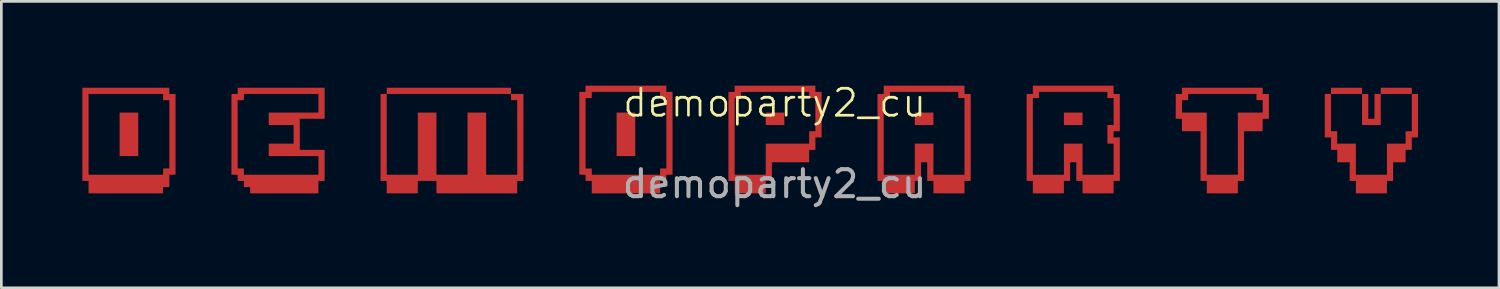
<source format=kicad_pcb>
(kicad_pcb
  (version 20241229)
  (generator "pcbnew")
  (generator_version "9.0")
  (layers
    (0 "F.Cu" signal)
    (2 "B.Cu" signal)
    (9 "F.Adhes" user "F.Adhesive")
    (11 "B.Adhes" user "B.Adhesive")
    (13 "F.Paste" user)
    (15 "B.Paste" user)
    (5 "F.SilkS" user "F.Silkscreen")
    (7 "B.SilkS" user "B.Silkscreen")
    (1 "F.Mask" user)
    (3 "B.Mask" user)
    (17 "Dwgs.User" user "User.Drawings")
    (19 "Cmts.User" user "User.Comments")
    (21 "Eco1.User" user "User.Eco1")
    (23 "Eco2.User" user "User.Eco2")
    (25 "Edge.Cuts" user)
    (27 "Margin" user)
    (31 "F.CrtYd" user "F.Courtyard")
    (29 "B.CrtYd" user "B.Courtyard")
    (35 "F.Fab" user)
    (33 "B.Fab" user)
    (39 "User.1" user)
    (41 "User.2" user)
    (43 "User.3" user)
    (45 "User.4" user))
  (footprint "demoparty2_cu"
    (layer "F.Cu")
    (at 25.636 1.26)
    (property "Reference" "demoparty2_cu" (at 0 -0.5 0) (unlocked yes) (layer "F.SilkS") (effects (font (size 1 1) (thickness 0.1))))
    (attr smd)
    (fp_poly (pts (xy -23.566 0.664) (xy -23.566 1.47) (xy -23.911 1.47) (xy -24.256 1.47) (xy -24.256 0.664) (xy -24.256 -0.141) (xy -23.911 -0.141) (xy -23.566 -0.141)) (stroke (width 0) (type solid)) (fill yes) (layer "F.Cu"))
    (fp_poly (pts (xy -5.161 0.664) (xy -5.161 1.47) (xy -5.506 1.47) (xy -5.851 1.47) (xy -5.851 0.664) (xy -5.851 -0.141) (xy -5.506 -0.141) (xy -5.161 -0.141)) (stroke (width 0) (type solid)) (fill yes) (layer "F.Cu"))
    (fp_poly (pts (xy 0.36 0.089) (xy 0.36 0.32) (xy 0.016 0.32) (xy -0.329 0.32) (xy -0.329 0.089) (xy -0.329 -0.141) (xy 0.016 -0.141) (xy 0.36 -0.141)) (stroke (width 0) (type solid)) (fill yes) (layer "F.Cu"))
    (fp_poly (pts (xy 5.882 0.089) (xy 5.882 0.32) (xy 5.537 0.32) (xy 5.192 0.32) (xy 5.192 0.089) (xy 5.192 -0.141) (xy 5.537 -0.141) (xy 5.882 -0.141)) (stroke (width 0) (type solid)) (fill yes) (layer "F.Cu"))
    (fp_poly (pts (xy 11.404 0.089) (xy 11.404 0.32) (xy 11.058 0.32) (xy 10.713 0.32) (xy 10.713 0.089) (xy 10.713 -0.141) (xy 11.058 -0.141) (xy 11.404 -0.141)) (stroke (width 0) (type solid)) (fill yes) (layer "F.Cu"))
    (fp_poly (pts (xy 23.597 -0.946) (xy 23.597 -0.831) (xy 23.022 -0.831) (xy 22.447 -0.831) (xy 22.447 -0.256) (xy 22.447 0.32) (xy 22.101 0.32) (xy 21.756 0.32) (xy 21.756 -0.256) (xy 21.756 -0.831) (xy 21.871 -0.831) (xy 21.986 -0.831) (xy 21.986 -0.371) (xy 21.986 0.089) (xy 22.101 0.089) (xy 22.216 0.089) (xy 22.216 -0.371) (xy 22.216 -0.831) (xy 22.331 -0.831) (xy 22.447 -0.831) (xy 22.447 -0.946) (xy 22.447 -1.061) (xy 23.022 -1.061) (xy 23.597 -1.061)) (stroke (width 0) (type solid)) (fill yes) (layer "F.Cu"))
    (fp_poly (pts (xy -22.415 -0.946) (xy -22.415 -0.831) (xy -22.3 -0.831) (xy -22.185 -0.831) (xy -22.185 0.664) (xy -22.185 2.16) (xy -22.3 2.16) (xy -22.415 2.16) (xy -22.415 2.39) (xy -22.415 2.62) (xy -22.531 2.62) (xy -22.646 2.62) (xy -22.646 2.735) (xy -22.646 2.85) (xy -24.026 2.85) (xy -25.406 2.85) (xy -25.406 2.62) (xy -25.406 2.39) (xy -25.521 2.39) (xy -25.636 2.39) (xy -25.636 0.664) (xy -25.636 -0.831) (xy -25.406 -0.831) (xy -25.406 0.664) (xy -25.406 2.16) (xy -24.026 2.16) (xy -22.646 2.16) (xy -22.646 2.044) (xy -22.646 1.929) (xy -22.531 1.929) (xy -22.415 1.929) (xy -22.415 0.664) (xy -22.415 -0.601) (xy -22.531 -0.601) (xy -22.646 -0.601) (xy -22.646 -0.716) (xy -22.646 -0.831) (xy -24.026 -0.831) (xy -25.406 -0.831) (xy -25.636 -0.831) (xy -25.636 -1.061) (xy -24.026 -1.061) (xy -22.415 -1.061)) (stroke (width 0) (type solid)) (fill yes) (layer "F.Cu"))
    (fp_poly (pts (xy -4.01 -1.023) (xy -4.01 -0.907) (xy -3.895 -0.907) (xy -3.78 -0.907) (xy -3.78 0.626) (xy -3.78 2.16) (xy -3.895 2.16) (xy -4.01 2.16) (xy -4.01 2.275) (xy -4.01 2.39) (xy -4.125 2.39) (xy -4.241 2.39) (xy -4.241 2.62) (xy -4.241 2.85) (xy -5.506 2.85) (xy -6.771 2.85) (xy -6.771 2.62) (xy -6.771 2.39) (xy -6.886 2.39) (xy -7.002 2.39) (xy -7.002 2.275) (xy -7.002 2.16) (xy -7.117 2.16) (xy -7.232 2.16) (xy -7.232 1.929) (xy -7.002 1.929) (xy -6.886 1.929) (xy -6.771 1.929) (xy -6.771 2.044) (xy -6.771 2.16) (xy -5.506 2.16) (xy -4.241 2.16) (xy -4.241 2.044) (xy -4.241 1.929) (xy -4.125 1.929) (xy -4.01 1.929) (xy -4.01 0.626) (xy -4.01 -0.678) (xy -4.125 -0.678) (xy -4.241 -0.678) (xy -4.241 -0.793) (xy -4.241 -0.907) (xy -5.506 -0.907) (xy -6.771 -0.907) (xy -6.771 -0.793) (xy -6.771 -0.678) (xy -6.886 -0.678) (xy -7.002 -0.678) (xy -7.002 0.626) (xy -7.002 1.929) (xy -7.232 1.929) (xy -7.232 0.626) (xy -7.232 -0.907) (xy -7.117 -0.907) (xy -7.002 -0.907) (xy -7.002 -1.023) (xy -7.002 -1.138) (xy -5.506 -1.138) (xy -4.01 -1.138)) (stroke (width 0) (type solid)) (fill yes) (layer "F.Cu"))
    (fp_poly (pts (xy -9.762 -0.946) (xy -9.762 -0.831) (xy -12.063 -0.831) (xy -14.364 -0.831) (xy -14.364 0.664) (xy -14.364 2.16) (xy -13.788 2.16) (xy -13.213 2.16) (xy -13.213 1.009) (xy -13.213 -0.141) (xy -12.868 -0.141) (xy -12.523 -0.141) (xy -12.523 1.009) (xy -12.523 2.16) (xy -11.948 2.16) (xy -11.372 2.16) (xy -11.372 1.009) (xy -11.372 -0.141) (xy -11.028 -0.141) (xy -10.683 -0.141) (xy -10.683 1.009) (xy -10.683 2.16) (xy -10.107 2.16) (xy -9.532 2.16) (xy -9.532 0.779) (xy -9.532 -0.601) (xy -9.647 -0.601) (xy -9.762 -0.601) (xy -9.762 -0.716) (xy -9.762 -0.831) (xy -9.532 -0.831) (xy -9.302 -0.831) (xy -9.302 0.78) (xy -9.302 2.39) (xy -9.417 2.39) (xy -9.532 2.39) (xy -9.532 2.62) (xy -9.532 2.85) (xy -11.028 2.85) (xy -12.523 2.85) (xy -12.523 2.62) (xy -12.523 2.39) (xy -12.868 2.39) (xy -13.213 2.39) (xy -13.213 2.62) (xy -13.213 2.85) (xy -13.788 2.85) (xy -14.364 2.85) (xy -14.364 2.62) (xy -14.364 2.39) (xy -14.478 2.39) (xy -14.593 2.39) (xy -14.593 0.78) (xy -14.593 -0.831) (xy -14.478 -0.831) (xy -14.364 -0.831) (xy -14.364 -0.946) (xy -14.364 -1.061) (xy -12.063 -1.061) (xy -9.762 -1.061)) (stroke (width 0) (type solid)) (fill yes) (layer "F.Cu"))
    (fp_poly (pts (xy 1.511 -1.023) (xy 1.511 -0.907) (xy 1.626 -0.907) (xy 1.741 -0.907) (xy 1.741 -0.064) (xy 1.741 0.779) (xy 1.626 0.779) (xy 1.511 0.779) (xy 1.511 1.009) (xy 1.511 1.24) (xy 1.396 1.24) (xy 1.28 1.24) (xy 1.28 1.47) (xy 1.28 1.7) (xy 0.59 1.7) (xy -0.1 1.7) (xy -0.1 2.045) (xy -0.1 2.39) (xy -0.215 2.39) (xy -0.329 2.39) (xy -0.329 2.62) (xy -0.329 2.85) (xy -0.904 2.85) (xy -1.48 2.85) (xy -1.48 2.62) (xy -1.48 2.39) (xy -1.595 2.39) (xy -1.71 2.39) (xy -1.71 2.16) (xy -1.48 2.16) (xy -0.904 2.16) (xy -0.329 2.16) (xy -0.329 1.584) (xy -0.329 1.009) (xy 0.476 1.009) (xy 1.28 1.009) (xy 1.28 0.779) (xy 1.28 0.549) (xy 1.396 0.549) (xy 1.511 0.549) (xy 1.511 -0.065) (xy 1.511 -0.678) (xy 1.396 -0.678) (xy 1.28 -0.678) (xy 1.28 -0.793) (xy 1.28 -0.907) (xy 0.015 -0.907) (xy -1.25 -0.907) (xy -1.25 -0.793) (xy -1.25 -0.678) (xy -1.365 -0.678) (xy -1.48 -0.678) (xy -1.48 0.741) (xy -1.48 2.16) (xy -1.71 2.16) (xy -1.71 0.741) (xy -1.71 -0.907) (xy -1.595 -0.907) (xy -1.48 -0.907) (xy -1.48 -1.023) (xy -1.48 -1.138) (xy 0.016 -1.138) (xy 1.511 -1.138)) (stroke (width 0) (type solid)) (fill yes) (layer "F.Cu"))
    (fp_poly (pts (xy 7.032 -0.984) (xy 7.032 -0.831) (xy 7.147 -0.831) (xy 7.262 -0.831) (xy 7.262 0.78) (xy 7.262 2.39) (xy 7.147 2.39) (xy 7.032 2.39) (xy 7.032 2.62) (xy 7.032 2.85) (xy 6.457 2.85) (xy 5.882 2.85) (xy 5.882 2.62) (xy 5.882 2.39) (xy 5.767 2.39) (xy 5.652 2.39) (xy 5.652 2.045) (xy 5.652 1.7) (xy 5.537 1.7) (xy 5.422 1.7) (xy 5.422 2.045) (xy 5.422 2.39) (xy 5.307 2.39) (xy 5.192 2.39) (xy 5.192 2.62) (xy 5.192 2.85) (xy 4.617 2.85) (xy 4.041 2.85) (xy 4.041 2.62) (xy 4.041 2.39) (xy 3.926 2.39) (xy 3.811 2.39) (xy 3.811 2.16) (xy 4.041 2.16) (xy 4.617 2.16) (xy 5.192 2.16) (xy 5.192 1.584) (xy 5.192 1.009) (xy 5.537 1.009) (xy 5.882 1.009) (xy 5.882 1.584) (xy 5.882 2.16) (xy 6.457 2.16) (xy 7.032 2.16) (xy 7.032 0.741) (xy 7.032 -0.678) (xy 6.917 -0.678) (xy 6.802 -0.678) (xy 6.802 -0.793) (xy 6.802 -0.907) (xy 5.537 -0.907) (xy 4.272 -0.907) (xy 4.272 -0.793) (xy 4.272 -0.678) (xy 4.157 -0.678) (xy 4.041 -0.678) (xy 4.041 0.741) (xy 4.041 2.16) (xy 3.811 2.16) (xy 3.811 0.78) (xy 3.811 -0.831) (xy 3.926 -0.831) (xy 4.041 -0.831) (xy 4.041 -0.984) (xy 4.041 -1.138) (xy 5.537 -1.138) (xy 7.032 -1.138)) (stroke (width 0) (type solid)) (fill yes) (layer "F.Cu"))
    (fp_poly (pts (xy 18.075 -0.946) (xy 18.075 -0.831) (xy 18.19 -0.831) (xy 18.305 -0.831) (xy 18.305 -0.371) (xy 18.305 0.089) (xy 18.19 0.089) (xy 18.075 0.089) (xy 18.075 0.319) (xy 18.075 0.549) (xy 17.73 0.549) (xy 17.385 0.549) (xy 17.385 1.469) (xy 17.385 2.39) (xy 17.27 2.39) (xy 17.155 2.39) (xy 17.155 2.62) (xy 17.155 2.85) (xy 16.58 2.85) (xy 16.005 2.85) (xy 16.005 2.62) (xy 16.005 2.39) (xy 15.889 2.39) (xy 15.774 2.39) (xy 15.774 1.469) (xy 15.774 0.549) (xy 15.429 0.549) (xy 15.085 0.549) (xy 15.085 0.319) (xy 15.085 0.089) (xy 14.969 0.089) (xy 14.854 0.089) (xy 14.854 -0.141) (xy 15.085 -0.141) (xy 15.545 -0.141) (xy 16.005 -0.141) (xy 16.005 1.009) (xy 16.005 2.16) (xy 16.58 2.16) (xy 17.155 2.16) (xy 17.155 1.009) (xy 17.155 -0.141) (xy 17.615 -0.141) (xy 18.075 -0.141) (xy 18.075 -0.371) (xy 18.075 -0.601) (xy 17.96 -0.601) (xy 17.845 -0.601) (xy 17.845 -0.716) (xy 17.845 -0.831) (xy 16.58 -0.831) (xy 15.315 -0.831) (xy 15.315 -0.716) (xy 15.315 -0.601) (xy 15.2 -0.601) (xy 15.085 -0.601) (xy 15.085 -0.371) (xy 15.085 -0.141) (xy 14.854 -0.141) (xy 14.854 -0.371) (xy 14.854 -0.831) (xy 14.969 -0.831) (xy 15.085 -0.831) (xy 15.085 -0.946) (xy 15.085 -1.061) (xy 16.58 -1.061) (xy 18.075 -1.061)) (stroke (width 0) (type solid)) (fill yes) (layer "F.Cu"))
    (fp_poly (pts (xy -16.664 -0.486) (xy -16.664 0.089) (xy -17.124 0.089) (xy -17.584 0.089) (xy -17.584 0.664) (xy -17.584 1.24) (xy -17.124 1.24) (xy -16.664 1.24) (xy -16.664 1.815) (xy -16.664 2.39) (xy -16.779 2.39) (xy -16.894 2.39) (xy -16.894 2.62) (xy -16.894 2.85) (xy -18.159 2.85) (xy -19.424 2.85) (xy -19.424 2.735) (xy -19.424 2.62) (xy -19.539 2.62) (xy -19.654 2.62) (xy -19.654 2.505) (xy -19.654 2.39) (xy -19.77 2.39) (xy -19.885 2.39) (xy -19.885 2.275) (xy -19.885 2.16) (xy -20 2.16) (xy -20.115 2.16) (xy -20.115 1.929) (xy -19.885 1.929) (xy -19.77 1.929) (xy -19.654 1.929) (xy -19.654 2.044) (xy -19.654 2.16) (xy -18.274 2.16) (xy -16.894 2.16) (xy -16.894 1.815) (xy -16.894 1.47) (xy -17.814 1.47) (xy -18.734 1.47) (xy -18.734 1.24) (xy -18.734 1.009) (xy -18.274 1.009) (xy -17.814 1.009) (xy -17.814 0.664) (xy -17.814 0.32) (xy -18.274 0.32) (xy -18.734 0.32) (xy -18.734 0.089) (xy -18.734 -0.141) (xy -17.814 -0.141) (xy -16.894 -0.141) (xy -16.894 -0.486) (xy -16.894 -0.831) (xy -18.274 -0.831) (xy -19.654 -0.831) (xy -19.654 -0.716) (xy -19.654 -0.601) (xy -19.77 -0.601) (xy -19.885 -0.601) (xy -19.885 0.664) (xy -19.885 1.929) (xy -20.115 1.929) (xy -20.115 0.664) (xy -20.115 -0.831) (xy -20 -0.831) (xy -19.885 -0.831) (xy -19.885 -0.946) (xy -19.885 -1.061) (xy -18.274 -1.061) (xy -16.664 -1.061)) (stroke (width 0) (type solid)) (fill yes) (layer "F.Cu"))
    (fp_poly (pts (xy 21.756 -0.946) (xy 21.756 -0.831) (xy 21.181 -0.831) (xy 20.606 -0.831) (xy 20.606 -0.141) (xy 20.606 0.549) (xy 20.721 0.549) (xy 20.836 0.549) (xy 20.836 0.779) (xy 20.836 1.009) (xy 21.181 1.009) (xy 21.526 1.009) (xy 21.526 1.584) (xy 21.526 2.16) (xy 22.101 2.16) (xy 22.676 2.16) (xy 22.676 1.584) (xy 22.676 1.009) (xy 23.021 1.009) (xy 23.367 1.009) (xy 23.367 0.779) (xy 23.367 0.549) (xy 23.482 0.549) (xy 23.597 0.549) (xy 23.597 -0.141) (xy 23.597 -0.831) (xy 23.712 -0.831) (xy 23.826 -0.831) (xy 23.826 -0.026) (xy 23.826 0.779) (xy 23.712 0.779) (xy 23.597 0.779) (xy 23.597 1.009) (xy 23.597 1.24) (xy 23.482 1.24) (xy 23.367 1.24) (xy 23.367 1.47) (xy 23.367 1.7) (xy 23.136 1.7) (xy 22.906 1.7) (xy 22.906 2.045) (xy 22.906 2.39) (xy 22.791 2.39) (xy 22.676 2.39) (xy 22.676 2.62) (xy 22.676 2.85) (xy 22.101 2.85) (xy 21.526 2.85) (xy 21.526 2.62) (xy 21.526 2.39) (xy 21.411 2.39) (xy 21.296 2.39) (xy 21.296 2.045) (xy 21.296 1.7) (xy 21.066 1.7) (xy 20.836 1.7) (xy 20.836 1.47) (xy 20.836 1.24) (xy 20.721 1.24) (xy 20.606 1.24) (xy 20.606 1.009) (xy 20.606 0.779) (xy 20.491 0.779) (xy 20.375 0.779) (xy 20.375 -0.026) (xy 20.375 -0.831) (xy 20.491 -0.831) (xy 20.606 -0.831) (xy 20.606 -0.946) (xy 20.606 -1.061) (xy 21.181 -1.061) (xy 21.756 -1.061)) (stroke (width 0) (type solid)) (fill yes) (layer "F.Cu"))
    (fp_poly (pts (xy 12.554 -0.984) (xy 12.554 -0.831) (xy 12.669 -0.831) (xy 12.784 -0.831) (xy 12.784 -0.141) (xy 12.784 0.549) (xy 12.669 0.549) (xy 12.554 0.549) (xy 12.554 0.664) (xy 12.554 0.779) (xy 12.669 0.779) (xy 12.784 0.779) (xy 12.784 1.584) (xy 12.784 2.39) (xy 12.669 2.39) (xy 12.554 2.39) (xy 12.554 2.62) (xy 12.554 2.85) (xy 11.979 2.85) (xy 11.404 2.85) (xy 11.404 2.62) (xy 11.404 2.39) (xy 11.288 2.39) (xy 11.173 2.39) (xy 11.173 2.045) (xy 11.173 1.7) (xy 11.058 1.7) (xy 10.943 1.7) (xy 10.943 2.045) (xy 10.943 2.39) (xy 10.828 2.39) (xy 10.713 2.39) (xy 10.713 2.62) (xy 10.713 2.85) (xy 10.138 2.85) (xy 9.563 2.85) (xy 9.563 2.62) (xy 9.563 2.39) (xy 9.448 2.39) (xy 9.333 2.39) (xy 9.333 2.16) (xy 9.563 2.16) (xy 10.138 2.16) (xy 10.713 2.16) (xy 10.713 1.584) (xy 10.713 1.009) (xy 11.058 1.009) (xy 11.404 1.009) (xy 11.404 1.584) (xy 11.404 2.16) (xy 11.979 2.16) (xy 12.554 2.16) (xy 12.554 1.584) (xy 12.554 1.009) (xy 12.439 1.009) (xy 12.324 1.009) (xy 12.324 0.664) (xy 12.324 0.32) (xy 12.439 0.32) (xy 12.554 0.32) (xy 12.554 -0.179) (xy 12.554 -0.678) (xy 12.439 -0.678) (xy 12.324 -0.678) (xy 12.324 -0.793) (xy 12.324 -0.907) (xy 11.058 -0.907) (xy 9.793 -0.907) (xy 9.793 -0.793) (xy 9.793 -0.678) (xy 9.678 -0.678) (xy 9.563 -0.678) (xy 9.563 0.741) (xy 9.563 2.16) (xy 9.333 2.16) (xy 9.333 0.78) (xy 9.333 -0.831) (xy 9.448 -0.831) (xy 9.563 -0.831) (xy 9.563 -0.984) (xy 9.563 -1.138) (xy 11.058 -1.138) (xy 12.554 -1.138)) (stroke (width 0) (type solid)) (fill yes) (layer "F.Cu"))
    (fp_text user "${REFERENCE}" (at 0 2.5 0) (unlocked yes) (layer "F.Fab") (effects (font (size 1 1) (thickness 0.15)))))
  (gr_rect
    (start -3 -3)
    (end 52.462 7.609)
    (stroke (width 0.1) (type default))
    (fill no)
    (layer "Edge.Cuts")))
</source>
